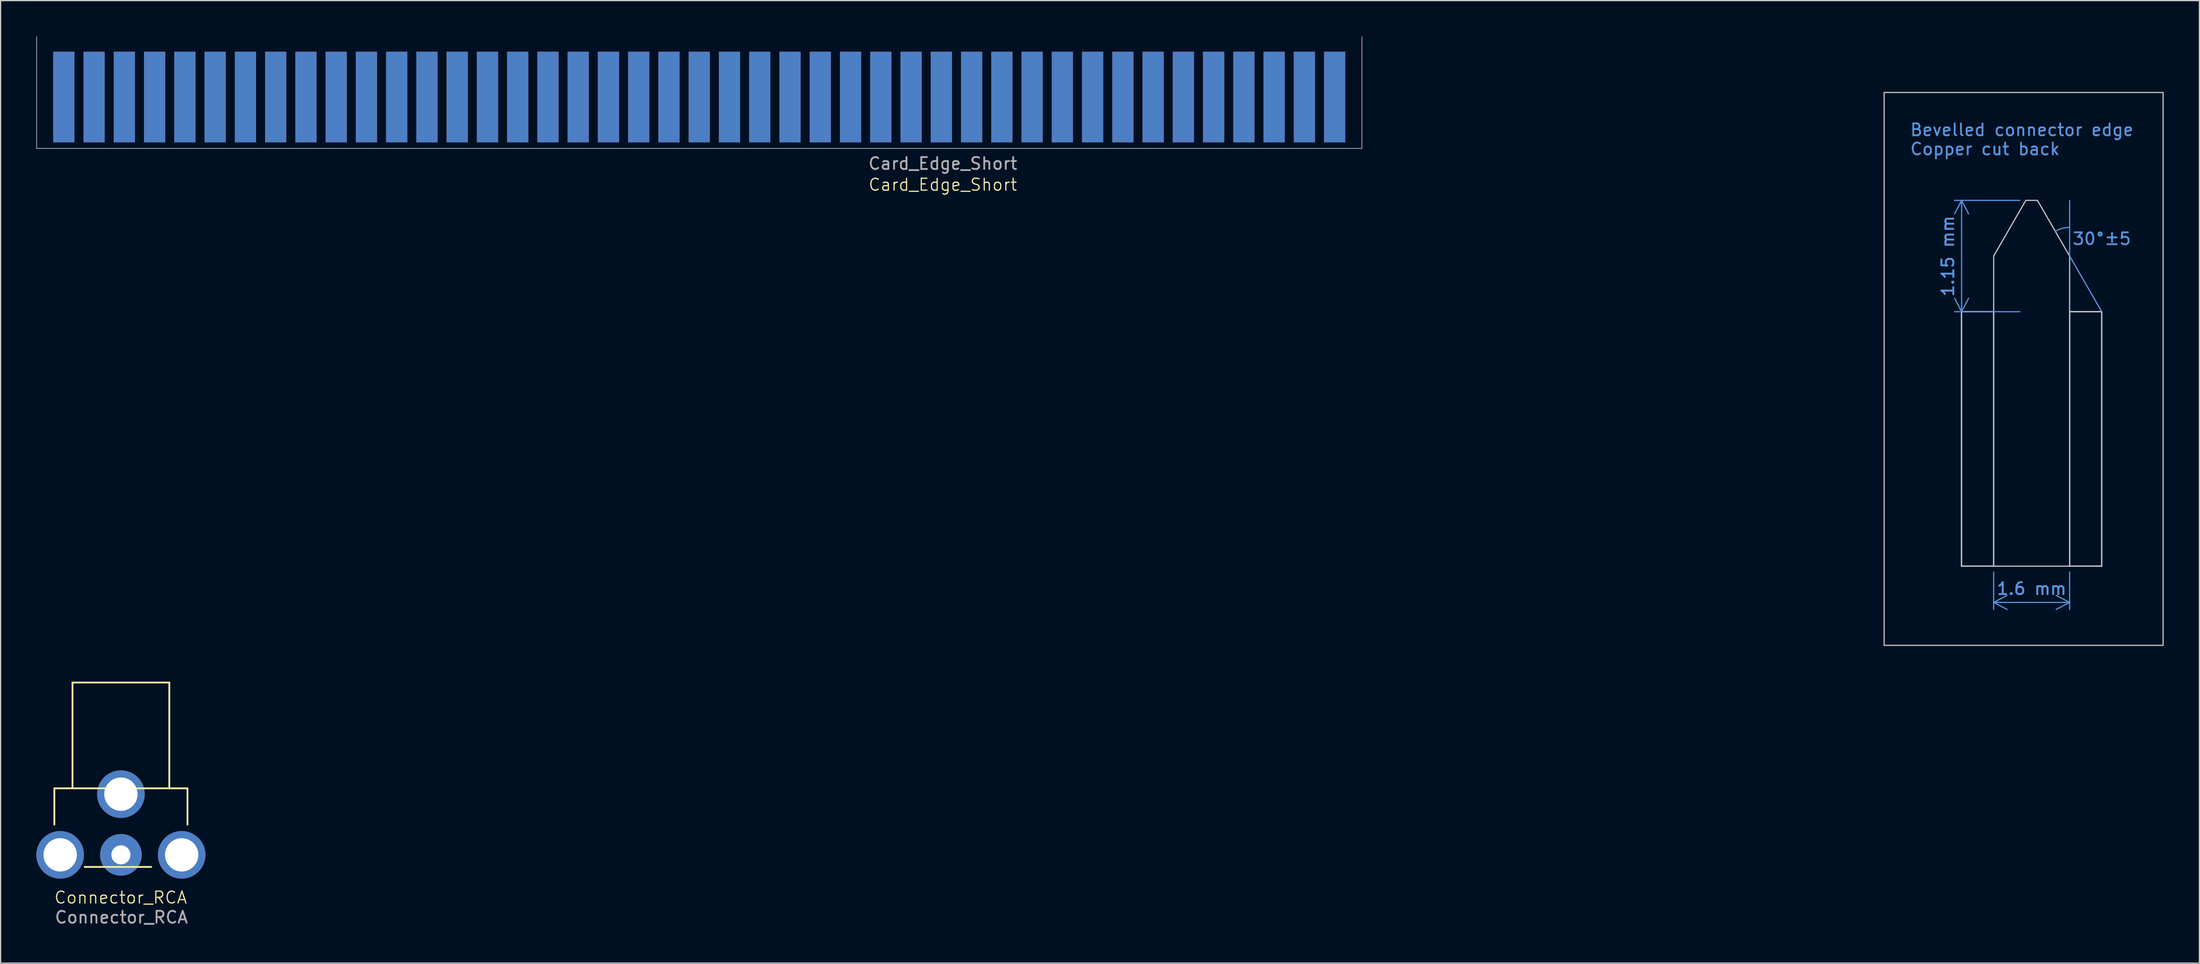
<source format=kicad_pcb>
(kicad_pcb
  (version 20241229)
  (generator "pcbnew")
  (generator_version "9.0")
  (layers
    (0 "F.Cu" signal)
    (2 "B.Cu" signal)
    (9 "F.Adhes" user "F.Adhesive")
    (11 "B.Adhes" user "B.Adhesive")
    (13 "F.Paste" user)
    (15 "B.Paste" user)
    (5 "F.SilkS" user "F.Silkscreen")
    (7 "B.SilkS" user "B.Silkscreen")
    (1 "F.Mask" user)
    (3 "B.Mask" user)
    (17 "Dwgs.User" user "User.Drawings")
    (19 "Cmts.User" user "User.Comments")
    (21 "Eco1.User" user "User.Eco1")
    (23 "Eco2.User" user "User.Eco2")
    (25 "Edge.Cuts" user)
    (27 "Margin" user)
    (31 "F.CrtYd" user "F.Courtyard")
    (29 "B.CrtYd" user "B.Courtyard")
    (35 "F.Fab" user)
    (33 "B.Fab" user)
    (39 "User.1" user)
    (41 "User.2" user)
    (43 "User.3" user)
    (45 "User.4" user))
  (footprint "Card_Edge_Short"
    (layer "F.Cu")
    (at 76.098 7.899)
    (property "Reference" "Card_Edge_Short" (at 0 4.572 0) (unlocked yes) (layer "F.SilkS") (effects (font (size 1 1) (thickness 0.1))))
    (attr smd)
    (fp_line (start 85.514 15.243) (end 88.214 15.243) (stroke (width 0.1) (type default)) (layer "Dwgs.User"))
    (fp_line (start 85.514 36.627) (end 85.514 15.243) (stroke (width 0.1) (type default)) (layer "Dwgs.User"))
    (fp_line (start 85.514 36.627) (end 88.214 36.627) (stroke (width 0.1) (type default)) (layer "Dwgs.User"))
    (fp_line (start 88.214 10.566) (end 88.214 36.627) (stroke (width 0.1) (type default)) (layer "Dwgs.User"))
    (fp_line (start 88.214 10.566) (end 90.914 5.89) (stroke (width 0.1) (type default)) (layer "Dwgs.User"))
    (fp_line (start 88.214 36.627) (end 94.59 36.627) (stroke (width 0.1) (type default)) (layer "Dwgs.User"))
    (fp_line (start 90.914 5.89) (end 91.89 5.89) (stroke (width 0.1) (type default)) (layer "Dwgs.User"))
    (fp_line (start 94.59 10.566) (end 91.89 5.89) (stroke (width 0.1) (type default)) (layer "Dwgs.User"))
    (fp_line (start 94.59 36.627) (end 94.59 10.566) (stroke (width 0.1) (type default)) (layer "Dwgs.User"))
    (fp_line (start 97.29 15.243) (end 94.59 15.243) (stroke (width 0.1) (type default)) (layer "Dwgs.User"))
    (fp_line (start 97.29 15.243) (end 97.29 36.627) (stroke (width 0.1) (type default)) (layer "Dwgs.User"))
    (fp_line (start 97.29 36.627) (end 94.59 36.627) (stroke (width 0.1) (type default)) (layer "Dwgs.User"))
    (fp_rect (start 79.019 -3.175) (end 102.438 43.282) (stroke (width 0.1) (type default)) (fill no) (layer "Dwgs.User"))
    (fp_rect (start 85.514 15.243) (end 88.204 36.627) (stroke (width 0.1) (type default)) (fill no) (layer "Dwgs.User"))
    (fp_rect (start 94.59 15.243) (end 97.279 36.627) (stroke (width 0.1) (type default)) (fill no) (layer "Dwgs.User"))
    (fp_line (start 94.59 10.566) (end 94.59 5.918) (stroke (width 0.1) (type default)) (layer "Cmts.User"))
    (fp_line (start 97.29 15.243) (end 94.59 10.566) (stroke (width 0.1) (type default)) (layer "Cmts.User"))
    (fp_arc (start 93.387011 8.482216) (mid 93.967116 8.24206) (end 94.5896 8.160149) (stroke (width 0.1) (type default)) (layer "Cmts.User"))
    (fp_line (start -76.073 -7.874) (end -76.073 1.524) (stroke (width 0.05) (type default)) (layer "Edge.Cuts"))
    (fp_line (start -76.073 1.524) (end 35.179 1.524) (stroke (width 0.05) (type default)) (layer "Edge.Cuts"))
    (fp_line (start 35.179 1.524) (end 35.179 -7.874) (stroke (width 0.05) (type default)) (layer "Edge.Cuts"))
    (fp_text user "Bevelled connector edge\nCopper cut back" (at 81.128 2.159 0) (unlocked yes) (layer "Cmts.User") (effects (font (size 1 1) (thickness 0.15)) (justify left bottom)))
    (fp_text user "30°±5" (at 94.767 9.703 0) (unlocked yes) (layer "Cmts.User") (effects (font (size 1 1) (thickness 0.15)) (justify left bottom)))
    (fp_text user "${REFERENCE}" (at 0 2.794 0) (unlocked yes) (layer "F.Fab") (effects (font (size 1 1) (thickness 0.15))))
    (dimension (type aligned) (layer "Cmts.User") (pts (xy 167.012 23.142) (xy 167.012 13.789)) (height -5.392) (format (prefix "") (suffix "") (units 3) (units_format 1) (precision 4) (override_value "1.15")) (style (thickness 0.1) (arrow_length 1.27) (text_position_mode 0) (arrow_direction outward) (extension_height 0.586) (extension_offset 0.5) (keep_text_aligned yes)) (gr_text "1.15 mm" (at 160.47 18.465 90) (layer "Cmts.User") (effects (font (size 1 1) (thickness 0.15)))))
    (dimension (type aligned) (layer "Cmts.User") (pts (xy 164.312 44.526) (xy 170.688 44.526)) (height 3.048) (format (prefix "") (suffix "") (units 3) (units_format 1) (precision 4) (override_value "1.6")) (style (thickness 0.1) (arrow_length 1.27) (text_position_mode 0) (arrow_direction outward) (extension_height 0.586) (extension_offset 0.5) (keep_text_aligned yes)) (gr_text "1.6 mm" (at 167.5 46.424 0) (layer "Cmts.User") (effects (font (size 1 1) (thickness 0.15)))))
    (pad "a1" connect rect (at -73.787 -2.794) (size 1.78 7.62) (layers "F.Cu" "F.Mask"))
    (pad "a2" connect rect (at -71.247 -2.794) (size 1.78 7.62) (layers "F.Cu" "F.Mask"))
    (pad "a3" connect rect (at -68.707 -2.794) (size 1.78 7.62) (layers "F.Cu" "F.Mask"))
    (pad "a4" connect rect (at -66.167 -2.794) (size 1.78 7.62) (layers "F.Cu" "F.Mask"))
    (pad "a5" connect rect (at -63.627 -2.794) (size 1.78 7.62) (layers "F.Cu" "F.Mask"))
    (pad "a6" connect rect (at -61.087 -2.794) (size 1.78 7.62) (layers "F.Cu" "F.Mask"))
    (pad "a7" connect rect (at -58.547 -2.794) (size 1.78 7.62) (layers "F.Cu" "F.Mask"))
    (pad "a8" connect rect (at -56.007 -2.794) (size 1.78 7.62) (layers "F.Cu" "F.Mask"))
    (pad "a9" connect rect (at -53.467 -2.794) (size 1.78 7.62) (layers "F.Cu" "F.Mask"))
    (pad "a10" connect rect (at -50.927 -2.794) (size 1.78 7.62) (layers "F.Cu" "F.Mask"))
    (pad "a11" connect rect (at -48.387 -2.794) (size 1.78 7.62) (layers "F.Cu" "F.Mask"))
    (pad "a12" connect rect (at -45.847 -2.794) (size 1.78 7.62) (layers "F.Cu" "F.Mask"))
    (pad "a13" connect rect (at -43.307 -2.794) (size 1.78 7.62) (layers "F.Cu" "F.Mask"))
    (pad "a14" connect rect (at -40.767 -2.794) (size 1.78 7.62) (layers "F.Cu" "F.Mask"))
    (pad "a15" connect rect (at -38.227 -2.794) (size 1.78 7.62) (layers "F.Cu" "F.Mask"))
    (pad "a16" connect rect (at -35.687 -2.794) (size 1.78 7.62) (layers "F.Cu" "F.Mask"))
    (pad "a17" connect rect (at -33.147 -2.794) (size 1.78 7.62) (layers "F.Cu" "F.Mask"))
    (pad "a18" connect rect (at -30.607 -2.794) (size 1.78 7.62) (layers "F.Cu" "F.Mask"))
    (pad "a19" connect rect (at -28.067 -2.794) (size 1.78 7.62) (layers "F.Cu" "F.Mask"))
    (pad "a20" connect rect (at -25.527 -2.794) (size 1.78 7.62) (layers "F.Cu" "F.Mask"))
    (pad "a21" connect rect (at -22.987 -2.794) (size 1.78 7.62) (layers "F.Cu" "F.Mask"))
    (pad "a22" connect rect (at -20.447 -2.794) (size 1.78 7.62) (layers "F.Cu" "F.Mask"))
    (pad "a23" connect rect (at -17.907 -2.794) (size 1.78 7.62) (layers "F.Cu" "F.Mask"))
    (pad "a24" connect rect (at -15.367 -2.794) (size 1.78 7.62) (layers "F.Cu" "F.Mask"))
    (pad "a25" connect rect (at -12.827 -2.794) (size 1.78 7.62) (layers "F.Cu" "F.Mask"))
    (pad "a26" connect rect (at -10.287 -2.794) (size 1.78 7.62) (layers "F.Cu" "F.Mask"))
    (pad "a27" connect rect (at -7.747 -2.794) (size 1.78 7.62) (layers "F.Cu" "F.Mask"))
    (pad "a28" connect rect (at -5.207 -2.794) (size 1.78 7.62) (layers "F.Cu" "F.Mask"))
    (pad "a29" connect rect (at -2.667 -2.794) (size 1.78 7.62) (layers "F.Cu" "F.Mask"))
    (pad "a30" connect rect (at -0.127 -2.794) (size 1.78 7.62) (layers "F.Cu" "F.Mask"))
    (pad "a31" connect rect (at 2.413 -2.794) (size 1.78 7.62) (layers "F.Cu" "F.Mask"))
    (pad "a32" connect rect (at 4.953 -2.794) (size 1.78 7.62) (layers "F.Cu" "F.Mask"))
    (pad "a33" connect rect (at 7.493 -2.794) (size 1.78 7.62) (layers "F.Cu" "F.Mask"))
    (pad "a34" connect rect (at 10.033 -2.794) (size 1.78 7.62) (layers "F.Cu" "F.Mask"))
    (pad "a35" connect rect (at 12.573 -2.794) (size 1.78 7.62) (layers "F.Cu" "F.Mask"))
    (pad "a36" connect rect (at 15.113 -2.794) (size 1.78 7.62) (layers "F.Cu" "F.Mask"))
    (pad "a37" connect rect (at 17.653 -2.794) (size 1.78 7.62) (layers "F.Cu" "F.Mask"))
    (pad "a38" connect rect (at 20.193 -2.794) (size 1.78 7.62) (layers "F.Cu" "F.Mask"))
    (pad "a39" connect rect (at 22.733 -2.794) (size 1.78 7.62) (layers "F.Cu" "F.Mask"))
    (pad "a40" connect rect (at 25.273 -2.794) (size 1.78 7.62) (layers "F.Cu" "F.Mask"))
    (pad "a41" connect rect (at 27.813 -2.794) (size 1.78 7.62) (layers "F.Cu" "F.Mask"))
    (pad "a42" connect rect (at 30.353 -2.794) (size 1.78 7.62) (layers "F.Cu" "F.Mask"))
    (pad "a43" connect rect (at 32.893 -2.794) (size 1.78 7.62) (layers "F.Cu" "F.Mask"))
    (pad "b1" connect rect (at -73.787 -2.794) (size 1.78 7.62) (layers "B.Cu" "B.Mask"))
    (pad "b2" connect rect (at -71.247 -2.794) (size 1.78 7.62) (layers "B.Cu" "B.Mask"))
    (pad "b3" connect rect (at -68.707 -2.794) (size 1.78 7.62) (layers "B.Cu" "B.Mask"))
    (pad "b4" connect rect (at -66.167 -2.794) (size 1.78 7.62) (layers "B.Cu" "B.Mask"))
    (pad "b5" connect rect (at -63.627 -2.794) (size 1.78 7.62) (layers "B.Cu" "B.Mask"))
    (pad "b6" connect rect (at -61.087 -2.794) (size 1.78 7.62) (layers "B.Cu" "B.Mask"))
    (pad "b7" connect rect (at -58.547 -2.794) (size 1.78 7.62) (layers "B.Cu" "B.Mask"))
    (pad "b8" connect rect (at -56.007 -2.794) (size 1.78 7.62) (layers "B.Cu" "B.Mask"))
    (pad "b9" connect rect (at -53.467 -2.794) (size 1.78 7.62) (layers "B.Cu" "B.Mask"))
    (pad "b10" connect rect (at -50.927 -2.794) (size 1.78 7.62) (layers "B.Cu" "B.Mask"))
    (pad "b11" connect rect (at -48.387 -2.794) (size 1.78 7.62) (layers "B.Cu" "B.Mask"))
    (pad "b12" connect rect (at -45.847 -2.794) (size 1.78 7.62) (layers "B.Cu" "B.Mask"))
    (pad "b13" connect rect (at -43.307 -2.794) (size 1.78 7.62) (layers "B.Cu" "B.Mask"))
    (pad "b14" connect rect (at -40.767 -2.794) (size 1.78 7.62) (layers "B.Cu" "B.Mask"))
    (pad "b15" connect rect (at -38.227 -2.794) (size 1.78 7.62) (layers "B.Cu" "B.Mask"))
    (pad "b16" connect rect (at -35.687 -2.794) (size 1.78 7.62) (layers "B.Cu" "B.Mask"))
    (pad "b17" connect rect (at -33.147 -2.794) (size 1.78 7.62) (layers "B.Cu" "B.Mask"))
    (pad "b18" connect rect (at -30.607 -2.794) (size 1.78 7.62) (layers "B.Cu" "B.Mask"))
    (pad "b19" connect rect (at -28.067 -2.794) (size 1.78 7.62) (layers "B.Cu" "B.Mask"))
    (pad "b20" connect rect (at -25.527 -2.794) (size 1.78 7.62) (layers "B.Cu" "B.Mask"))
    (pad "b21" connect rect (at -22.987 -2.794) (size 1.78 7.62) (layers "B.Cu" "B.Mask"))
    (pad "b22" connect rect (at -20.447 -2.794) (size 1.78 7.62) (layers "B.Cu" "B.Mask"))
    (pad "b23" connect rect (at -17.907 -2.794) (size 1.78 7.62) (layers "B.Cu" "B.Mask"))
    (pad "b24" connect rect (at -15.367 -2.794) (size 1.78 7.62) (layers "B.Cu" "B.Mask"))
    (pad "b25" connect rect (at -12.827 -2.794) (size 1.78 7.62) (layers "B.Cu" "B.Mask"))
    (pad "b26" connect rect (at -10.287 -2.794) (size 1.78 7.62) (layers "B.Cu" "B.Mask"))
    (pad "b27" connect rect (at -7.747 -2.794) (size 1.78 7.62) (layers "B.Cu" "B.Mask"))
    (pad "b28" connect rect (at -5.207 -2.794) (size 1.78 7.62) (layers "B.Cu" "B.Mask"))
    (pad "b29" connect rect (at -2.667 -2.794) (size 1.78 7.62) (layers "B.Cu" "B.Mask"))
    (pad "b30" connect rect (at -0.127 -2.794) (size 1.78 7.62) (layers "B.Cu" "B.Mask"))
    (pad "b31" connect rect (at 2.413 -2.794) (size 1.78 7.62) (layers "B.Cu" "B.Mask"))
    (pad "b32" connect rect (at 4.953 -2.794) (size 1.78 7.62) (layers "B.Cu" "B.Mask"))
    (pad "b33" connect rect (at 7.493 -2.794) (size 1.78 7.62) (layers "B.Cu" "B.Mask"))
    (pad "b34" connect rect (at 10.033 -2.794) (size 1.78 7.62) (layers "B.Cu" "B.Mask"))
    (pad "b35" connect rect (at 12.573 -2.794) (size 1.78 7.62) (layers "B.Cu" "B.Mask"))
    (pad "b36" connect rect (at 15.113 -2.794) (size 1.78 7.62) (layers "B.Cu" "B.Mask"))
    (pad "b37" connect rect (at 17.653 -2.794) (size 1.78 7.62) (layers "B.Cu" "B.Mask"))
    (pad "b38" connect rect (at 20.193 -2.794) (size 1.78 7.62) (layers "B.Cu" "B.Mask"))
    (pad "b39" connect rect (at 22.733 -2.794) (size 1.78 7.62) (layers "B.Cu" "B.Mask"))
    (pad "b40" connect rect (at 25.273 -2.794) (size 1.78 7.62) (layers "B.Cu" "B.Mask"))
    (pad "b41" connect rect (at 27.813 -2.794) (size 1.78 7.62) (layers "B.Cu" "B.Mask"))
    (pad "b42" connect rect (at 30.353 -2.794) (size 1.78 7.62) (layers "B.Cu" "B.Mask"))
    (pad "b43" connect rect (at 32.893 -2.794) (size 1.78 7.62) (layers "B.Cu" "B.Mask")))
  (footprint "Connector_RCA"
    (layer "F.Cu")
    (at 7.07 68.814)
    (property "Reference" "Connector_RCA" (at 0.01 3.56 0) (layer "F.SilkS") (effects (font (size 1 1) (thickness 0.1))))
    (attr smd)
    (fp_line (start -5.558 -5.618) (end 5.618 -5.618) (stroke (width 0.15) (type solid)) (layer "F.SilkS"))
    (fp_line (start -5.558 -2.57) (end -5.558 -5.618) (stroke (width 0.15) (type solid)) (layer "F.SilkS"))
    (fp_line (start -4.034 -14.508) (end -4.034 -5.618) (stroke (width 0.15) (type solid)) (layer "F.SilkS"))
    (fp_line (start -4.034 -14.508) (end 4.094 -14.508) (stroke (width 0.15) (type solid)) (layer "F.SilkS"))
    (fp_line (start -3.018 0.986) (end 2.57 0.986) (stroke (width 0.15) (type solid)) (layer "F.SilkS"))
    (fp_line (start 4.094 -14.508) (end 4.094 -5.618) (stroke (width 0.15) (type solid)) (layer "F.SilkS"))
    (fp_line (start 5.618 -2.57) (end 5.618 -5.618) (stroke (width 0.15) (type solid)) (layer "F.SilkS"))
    (fp_text user "${REFERENCE}" (at 0.07 5.22 0) (unlocked yes) (layer "F.Fab") (effects (font (size 1 1) (thickness 0.15))))
    (pad "1" thru_hole circle (at 0.03 -0.03) (size 3.5 3.5) (drill 1.6) (layers "*.Cu" "*.Mask"))
    (pad "2" thru_hole circle (at -5.07 -0.03) (size 4 4) (drill 2.8) (layers "*.Cu" "*.Mask"))
    (pad "2" thru_hole circle (at 0.03 -5.13) (size 4 4) (drill 2.8) (layers "*.Cu" "*.Mask"))
    (pad "2" thru_hole circle (at 5.13 -0.03) (size 4 4) (drill 2.8) (layers "*.Cu" "*.Mask")))
  (gr_rect
    (start -3 -3)
    (end 181.586 77.882)
    (stroke (width 0.1) (type default))
    (fill no)
    (layer "Edge.Cuts")))
</source>
